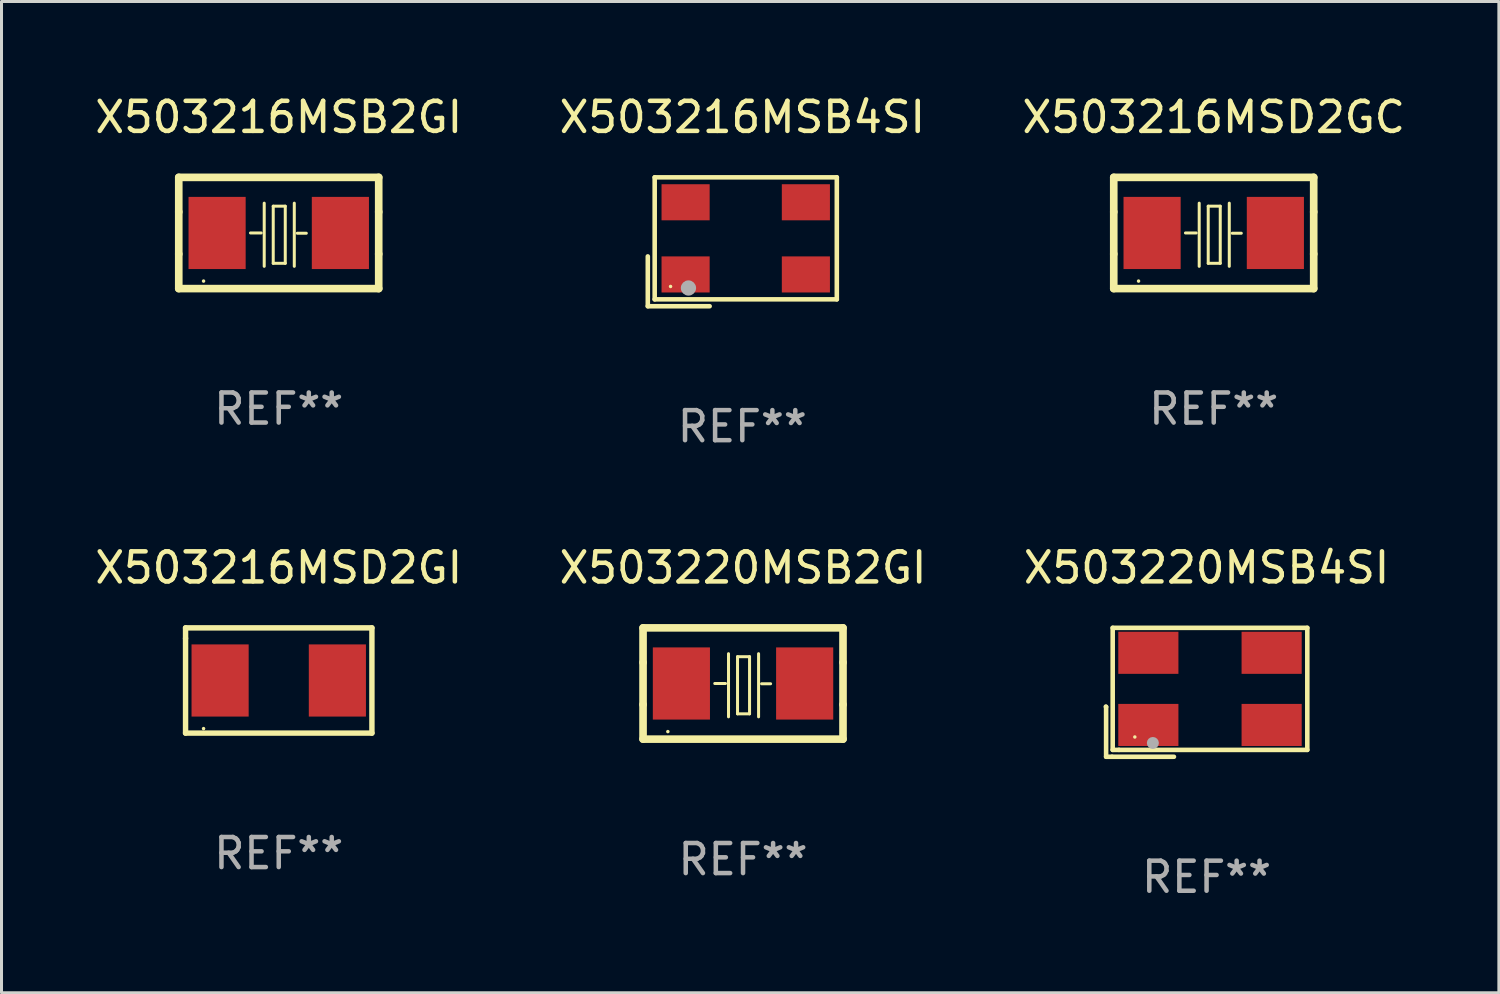
<source format=kicad_pcb>
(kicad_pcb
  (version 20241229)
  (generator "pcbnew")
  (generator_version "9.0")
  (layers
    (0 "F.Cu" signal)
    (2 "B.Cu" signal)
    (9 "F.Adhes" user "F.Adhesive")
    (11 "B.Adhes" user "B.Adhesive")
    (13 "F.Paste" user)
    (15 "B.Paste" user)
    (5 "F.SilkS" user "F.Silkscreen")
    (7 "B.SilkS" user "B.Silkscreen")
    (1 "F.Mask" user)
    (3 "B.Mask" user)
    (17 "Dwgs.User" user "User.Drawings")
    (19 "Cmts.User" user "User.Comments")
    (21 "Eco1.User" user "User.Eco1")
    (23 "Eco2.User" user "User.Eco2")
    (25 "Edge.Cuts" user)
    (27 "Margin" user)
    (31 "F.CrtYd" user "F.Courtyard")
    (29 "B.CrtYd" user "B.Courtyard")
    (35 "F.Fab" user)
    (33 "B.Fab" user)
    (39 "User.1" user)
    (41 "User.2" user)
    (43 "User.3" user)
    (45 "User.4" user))
  (footprint "X503216MSB4SI"
    (layer "F.Cu")
    (at 21.637 4.991)
    (property "Reference" "X503216MSB4SI" (at 0 -4.143 0) (layer "F.SilkS") (effects (font (size 1 1) (thickness 0.15))))
    (attr through_hole)
    (fp_line (start -3.143 0.486) (end -3.143 2.143) (stroke (width 0.152) (type solid)) (layer "F.SilkS"))
    (fp_line (start -3.143 2.143) (end -1.086 2.143) (stroke (width 0.152) (type solid)) (layer "F.SilkS"))
    (fp_line (start -2.914 -2.143) (end 3.143 -2.143) (stroke (width 0.152) (type solid)) (layer "F.SilkS"))
    (fp_line (start -2.914 1.914) (end -2.914 -2.143) (stroke (width 0.152) (type solid)) (layer "F.SilkS"))
    (fp_line (start 3.143 -2.143) (end 3.143 1.914) (stroke (width 0.152) (type solid)) (layer "F.SilkS"))
    (fp_line (start 3.143 1.914) (end -2.914 1.914) (stroke (width 0.152) (type solid)) (layer "F.SilkS"))
    (fp_circle (center -2.386 1.486) (end -2.356 1.486) (stroke (width 0.06) (type solid)) (fill no) (layer "F.SilkS"))
    (fp_circle (center -1.791 1.537) (end -1.664 1.537) (stroke (width 0.254) (type solid)) (fill no) (layer "F.Fab"))
    (fp_text user "REF**" (at 0 6.143 0) (layer "F.Fab") (effects (font (size 1 1) (thickness 0.15))))
    (pad "1" smd rect (at -1.886 1.086) (size 1.6 1.2) (layers "F.Cu" "F.Mask" "F.Paste"))
    (pad "2" smd rect (at 2.114 1.086) (size 1.6 1.2) (layers "F.Cu" "F.Mask" "F.Paste"))
    (pad "3" smd rect (at 2.114 -1.314) (size 1.6 1.2) (layers "F.Cu" "F.Mask" "F.Paste"))
    (pad "4" smd rect (at -1.886 -1.314) (size 1.6 1.2) (layers "F.Cu" "F.Mask" "F.Paste")))
  (footprint "X503220MSB2GI"
    (layer "F.Cu")
    (at 21.661 19.681)
    (property "Reference" "X503220MSB2GI" (at 0 -3.85 0) (layer "F.SilkS") (effects (font (size 1 1) (thickness 0.15))))
    (attr through_hole)
    (fp_line (start -3.325 0.7) (end -3.325 -0.7) (stroke (width 0.254) (type solid)) (layer "F.SilkS"))
    (fp_line (start -3.325 -1.85) (end 3.325 -1.85) (stroke (width 0.254) (type solid)) (layer "F.SilkS"))
    (fp_line (start -3.325 -0.7) (end -3.325 -1.85) (stroke (width 0.254) (type solid)) (layer "F.SilkS"))
    (fp_line (start -3.325 1.85) (end -3.325 0.7) (stroke (width 0.254) (type solid)) (layer "F.SilkS"))
    (fp_line (start -0.94 -0.000127) (end -0.584 -0.000127) (stroke (width 0.1) (type solid)) (layer "F.SilkS"))
    (fp_line (start -0.483 -0.991) (end -0.483 1.109) (stroke (width 0.1) (type solid)) (layer "F.SilkS"))
    (fp_line (start -0.183 -0.891) (end -0.183 1.009) (stroke (width 0.1) (type solid)) (layer "F.SilkS"))
    (fp_line (start -0.183 1.009) (end 0.217 1.009) (stroke (width 0.1) (type solid)) (layer "F.SilkS"))
    (fp_line (start 0.217 -0.891) (end -0.183 -0.891) (stroke (width 0.1) (type solid)) (layer "F.SilkS"))
    (fp_line (start 0.217 1.009) (end 0.217 -0.891) (stroke (width 0.1) (type solid)) (layer "F.SilkS"))
    (fp_line (start 0.517 -0.991) (end 0.517 1.109) (stroke (width 0.1) (type solid)) (layer "F.SilkS"))
    (fp_line (start 0.617 0.009) (end 0.917 0.009) (stroke (width 0.1) (type solid)) (layer "F.SilkS"))
    (fp_line (start 3.325 -1.85) (end 3.325 -0.7) (stroke (width 0.254) (type solid)) (layer "F.SilkS"))
    (fp_line (start 3.325 0.7) (end 3.325 1.85) (stroke (width 0.254) (type solid)) (layer "F.SilkS"))
    (fp_line (start 3.325 1.85) (end -3.325 1.85) (stroke (width 0.254) (type solid)) (layer "F.SilkS"))
    (fp_line (start 3.325 -0.7) (end 3.325 0.7) (stroke (width 0.254) (type solid)) (layer "F.SilkS"))
    (fp_circle (center -2.5 1.6) (end -2.47 1.6) (stroke (width 0.06) (type solid)) (fill no) (layer "F.SilkS"))
    (fp_text user "REF**" (at 0 5.85 0) (layer "F.Fab") (effects (font (size 1 1) (thickness 0.15))))
    (pad "1" smd rect (at -2.05 -0.000127) (size 1.9 2.4) (layers "F.Cu" "F.Mask" "F.Paste"))
    (pad "2" smd rect (at 2.05 -0.000127) (size 1.9 2.4) (layers "F.Cu" "F.Mask" "F.Paste")))
  (footprint "X503216MSD2GC"
    (layer "F.Cu")
    (at 37.315 4.698)
    (property "Reference" "X503216MSD2GC" (at 0 -3.85 0) (layer "F.SilkS") (effects (font (size 1 1) (thickness 0.15))))
    (attr through_hole)
    (fp_line (start -3.325 0.7) (end -3.325 -0.7) (stroke (width 0.254) (type solid)) (layer "F.SilkS"))
    (fp_line (start -3.325 -1.85) (end 3.325 -1.85) (stroke (width 0.254) (type solid)) (layer "F.SilkS"))
    (fp_line (start -3.325 -0.7) (end -3.325 -1.85) (stroke (width 0.254) (type solid)) (layer "F.SilkS"))
    (fp_line (start -3.325 1.85) (end -3.325 0.7) (stroke (width 0.254) (type solid)) (layer "F.SilkS"))
    (fp_line (start -0.94 -0.000127) (end -0.584 -0.000127) (stroke (width 0.1) (type solid)) (layer "F.SilkS"))
    (fp_line (start -0.483 -0.991) (end -0.483 1.109) (stroke (width 0.1) (type solid)) (layer "F.SilkS"))
    (fp_line (start -0.183 -0.891) (end -0.183 1.009) (stroke (width 0.1) (type solid)) (layer "F.SilkS"))
    (fp_line (start -0.183 1.009) (end 0.217 1.009) (stroke (width 0.1) (type solid)) (layer "F.SilkS"))
    (fp_line (start 0.217 -0.891) (end -0.183 -0.891) (stroke (width 0.1) (type solid)) (layer "F.SilkS"))
    (fp_line (start 0.217 1.009) (end 0.217 -0.891) (stroke (width 0.1) (type solid)) (layer "F.SilkS"))
    (fp_line (start 0.517 -0.991) (end 0.517 1.109) (stroke (width 0.1) (type solid)) (layer "F.SilkS"))
    (fp_line (start 0.617 0.009) (end 0.917 0.009) (stroke (width 0.1) (type solid)) (layer "F.SilkS"))
    (fp_line (start 3.325 -1.85) (end 3.325 -0.7) (stroke (width 0.254) (type solid)) (layer "F.SilkS"))
    (fp_line (start 3.325 0.7) (end 3.325 1.85) (stroke (width 0.254) (type solid)) (layer "F.SilkS"))
    (fp_line (start 3.325 1.85) (end -3.325 1.85) (stroke (width 0.254) (type solid)) (layer "F.SilkS"))
    (fp_line (start 3.325 -0.7) (end 3.325 0.7) (stroke (width 0.254) (type solid)) (layer "F.SilkS"))
    (fp_circle (center -2.5 1.6) (end -2.47 1.6) (stroke (width 0.06) (type solid)) (fill no) (layer "F.SilkS"))
    (fp_text user "REF**" (at 0 5.85 0) (layer "F.Fab") (effects (font (size 1 1) (thickness 0.15))))
    (pad "1" smd rect (at -2.05 -0.000127) (size 1.9 2.4) (layers "F.Cu" "F.Mask" "F.Paste"))
    (pad "2" smd rect (at 2.05 -0.000127) (size 1.9 2.4) (layers "F.Cu" "F.Mask" "F.Paste")))
  (footprint "X503216MSD2GI"
    (layer "F.Cu")
    (at 6.22 19.581)
    (property "Reference" "X503216MSD2GI" (at 0 -3.75 0) (layer "F.SilkS") (effects (font (size 1 1) (thickness 0.15))))
    (attr through_hole)
    (fp_line (start -3.099 -1.75) (end 3.099 -1.75) (stroke (width 0.18) (type solid)) (layer "F.SilkS"))
    (fp_line (start -3.099 -1.4) (end -3.099 -1.75) (stroke (width 0.18) (type solid)) (layer "F.SilkS"))
    (fp_line (start -3.099 1.75) (end -3.099 -1.4) (stroke (width 0.18) (type solid)) (layer "F.SilkS"))
    (fp_line (start 3.099 -1.75) (end 3.099 1.75) (stroke (width 0.18) (type solid)) (layer "F.SilkS"))
    (fp_line (start 3.099 1.75) (end -3.099 1.75) (stroke (width 0.18) (type solid)) (layer "F.SilkS"))
    (fp_circle (center -2.5 1.6) (end -2.47 1.6) (stroke (width 0.06) (type solid)) (fill no) (layer "F.SilkS"))
    (fp_text user "REF**" (at 0 5.75 0) (layer "F.Fab") (effects (font (size 1 1) (thickness 0.15))))
    (pad "1" smd rect (at -1.95 0) (size 1.9 2.4) (layers "F.Cu" "F.Mask" "F.Paste"))
    (pad "2" smd rect (at 1.95 0) (size 1.9 2.4) (layers "F.Cu" "F.Mask" "F.Paste")))
  (footprint "X503220MSB4SI"
    (layer "F.Cu")
    (at 37.077 19.974)
    (property "Reference" "X503220MSB4SI" (at 0 -4.144 0) (layer "F.SilkS") (effects (font (size 1 1) (thickness 0.15))))
    (attr through_hole)
    (fp_line (start -3.35 0.476) (end -3.341 0.485) (stroke (width 0.152) (type solid)) (layer "F.SilkS"))
    (fp_line (start -3.341 0.485) (end -3.341 2.144) (stroke (width 0.152) (type solid)) (layer "F.SilkS"))
    (fp_line (start -3.341 2.144) (end -3.143 2.144) (stroke (width 0.152) (type solid)) (layer "F.SilkS"))
    (fp_line (start -3.143 2.144) (end -1.085 2.144) (stroke (width 0.152) (type solid)) (layer "F.SilkS"))
    (fp_line (start -3.122 -2.144) (end 3.35 -2.144) (stroke (width 0.152) (type solid)) (layer "F.SilkS"))
    (fp_line (start -3.122 1.915) (end -3.122 -2.144) (stroke (width 0.152) (type solid)) (layer "F.SilkS"))
    (fp_line (start -2.914 1.915) (end -3.122 1.915) (stroke (width 0.152) (type solid)) (layer "F.SilkS"))
    (fp_line (start 3.35 -2.144) (end 3.35 1.915) (stroke (width 0.152) (type solid)) (layer "F.SilkS"))
    (fp_line (start 3.35 1.915) (end -2.914 1.915) (stroke (width 0.152) (type solid)) (layer "F.SilkS"))
    (fp_circle (center -2.386 1.486) (end -2.356 1.486) (stroke (width 0.06) (type solid)) (fill no) (layer "F.SilkS"))
    (fp_circle (center -1.786 1.686) (end -1.686 1.686) (stroke (width 0.2) (type solid)) (fill no) (layer "F.Fab"))
    (fp_text user "REF**" (at 0 6.144 0) (layer "F.Fab") (effects (font (size 1 1) (thickness 0.15))))
    (pad "1" smd rect (at -1.936 1.086) (size 2 1.4) (layers "F.Cu" "F.Mask" "F.Paste"))
    (pad "2" smd rect (at 2.164 1.086) (size 2 1.4) (layers "F.Cu" "F.Mask" "F.Paste"))
    (pad "3" smd rect (at 2.164 -1.314) (size 2 1.4) (layers "F.Cu" "F.Mask" "F.Paste"))
    (pad "4" smd rect (at -1.936 -1.314) (size 2 1.4) (layers "F.Cu" "F.Mask" "F.Paste")))
  (footprint "X503216MSB2GI"
    (layer "F.Cu")
    (at 6.22 4.698)
    (property "Reference" "X503216MSB2GI" (at 0 -3.85 0) (layer "F.SilkS") (effects (font (size 1 1) (thickness 0.15))))
    (attr through_hole)
    (fp_line (start -3.325 0.7) (end -3.325 -0.7) (stroke (width 0.254) (type solid)) (layer "F.SilkS"))
    (fp_line (start -3.325 -1.85) (end 3.325 -1.85) (stroke (width 0.254) (type solid)) (layer "F.SilkS"))
    (fp_line (start -3.325 -0.7) (end -3.325 -1.85) (stroke (width 0.254) (type solid)) (layer "F.SilkS"))
    (fp_line (start -3.325 1.85) (end -3.325 0.7) (stroke (width 0.254) (type solid)) (layer "F.SilkS"))
    (fp_line (start -0.94 -0.000127) (end -0.584 -0.000127) (stroke (width 0.1) (type solid)) (layer "F.SilkS"))
    (fp_line (start -0.483 -0.991) (end -0.483 1.109) (stroke (width 0.1) (type solid)) (layer "F.SilkS"))
    (fp_line (start -0.183 -0.891) (end -0.183 1.009) (stroke (width 0.1) (type solid)) (layer "F.SilkS"))
    (fp_line (start -0.183 1.009) (end 0.217 1.009) (stroke (width 0.1) (type solid)) (layer "F.SilkS"))
    (fp_line (start 0.217 -0.891) (end -0.183 -0.891) (stroke (width 0.1) (type solid)) (layer "F.SilkS"))
    (fp_line (start 0.217 1.009) (end 0.217 -0.891) (stroke (width 0.1) (type solid)) (layer "F.SilkS"))
    (fp_line (start 0.517 -0.991) (end 0.517 1.109) (stroke (width 0.1) (type solid)) (layer "F.SilkS"))
    (fp_line (start 0.617 0.009) (end 0.917 0.009) (stroke (width 0.1) (type solid)) (layer "F.SilkS"))
    (fp_line (start 3.325 -1.85) (end 3.325 -0.7) (stroke (width 0.254) (type solid)) (layer "F.SilkS"))
    (fp_line (start 3.325 0.7) (end 3.325 1.85) (stroke (width 0.254) (type solid)) (layer "F.SilkS"))
    (fp_line (start 3.325 1.85) (end -3.325 1.85) (stroke (width 0.254) (type solid)) (layer "F.SilkS"))
    (fp_line (start 3.325 -0.7) (end 3.325 0.7) (stroke (width 0.254) (type solid)) (layer "F.SilkS"))
    (fp_circle (center -2.5 1.6) (end -2.47 1.6) (stroke (width 0.06) (type solid)) (fill no) (layer "F.SilkS"))
    (fp_text user "REF**" (at 0 5.85 0) (layer "F.Fab") (effects (font (size 1 1) (thickness 0.15))))
    (pad "1" smd rect (at -2.05 -0.000127) (size 1.9 2.4) (layers "F.Cu" "F.Mask" "F.Paste"))
    (pad "2" smd rect (at 2.05 -0.000127) (size 1.9 2.4) (layers "F.Cu" "F.Mask" "F.Paste")))
  (gr_rect
    (start -3 -3)
    (end 46.798 29.966)
    (stroke (width 0.1) (type default))
    (fill no)
    (layer "Edge.Cuts")))
</source>
